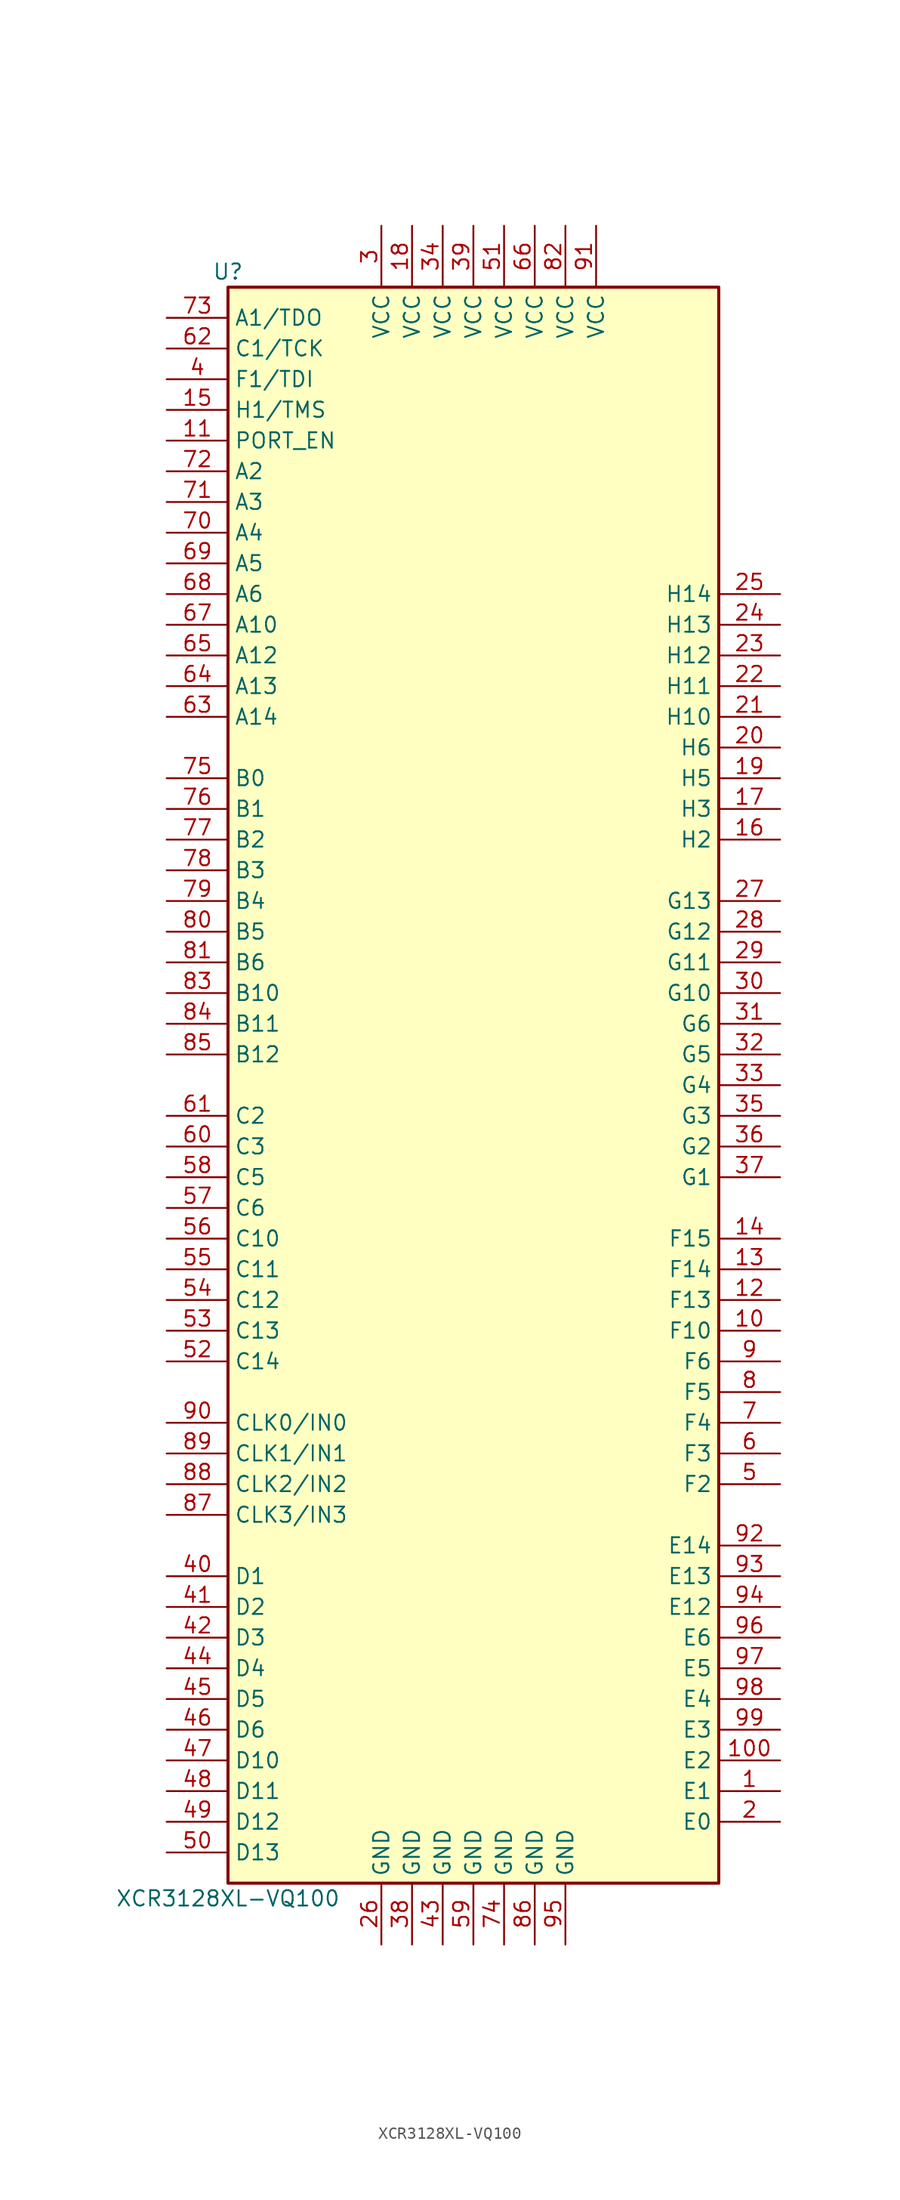
<source format=kicad_sym>
(kicad_symbol_lib
  (version 20241209)
  (generator "kicad_symbol_editor")
  (generator_version "9.0")
  (symbol "XCR3128XL-VQ100"
    (property "Reference" "U"
      (at -20.32 67.31 0)
      (effects (font (size 1.27 1.27))))
    (property "Value" "XCR3128XL-VQ100"
      (at -20.32 -67.31 0)
      (effects (font (size 1.27 1.27))))
    (symbol "XCR3128XL-VQ100_1_1"
      (rectangle (start -20.32 66.04) (end 20.32 -66.04) (stroke (width 0.254) (type default)) (fill (type background)))
      (pin passive line (at -25.4 63.5 0) (length 5.08) (name "A1/TDO" (effects (font (size 1.27 1.27)))) (number "73" (effects (font (size 1.27 1.27)))))
      (pin passive line (at -25.4 60.96 0) (length 5.08) (name "C1/TCK" (effects (font (size 1.27 1.27)))) (number "62" (effects (font (size 1.27 1.27)))))
      (pin passive line (at -25.4 58.42 0) (length 5.08) (name "F1/TDI" (effects (font (size 1.27 1.27)))) (number "4" (effects (font (size 1.27 1.27)))))
      (pin passive line (at -25.4 55.88 0) (length 5.08) (name "H1/TMS" (effects (font (size 1.27 1.27)))) (number "15" (effects (font (size 1.27 1.27)))))
      (pin passive line (at -25.4 53.34 0) (length 5.08) (name "PORT_EN" (effects (font (size 1.27 1.27)))) (number "11" (effects (font (size 1.27 1.27)))))
      (pin passive line (at -25.4 50.8 0) (length 5.08) (name "A2" (effects (font (size 1.27 1.27)))) (number "72" (effects (font (size 1.27 1.27)))))
      (pin passive line (at -25.4 48.26 0) (length 5.08) (name "A3" (effects (font (size 1.27 1.27)))) (number "71" (effects (font (size 1.27 1.27)))))
      (pin passive line (at -25.4 45.72 0) (length 5.08) (name "A4" (effects (font (size 1.27 1.27)))) (number "70" (effects (font (size 1.27 1.27)))))
      (pin passive line (at -25.4 43.18 0) (length 5.08) (name "A5" (effects (font (size 1.27 1.27)))) (number "69" (effects (font (size 1.27 1.27)))))
      (pin passive line (at -25.4 40.64 0) (length 5.08) (name "A6" (effects (font (size 1.27 1.27)))) (number "68" (effects (font (size 1.27 1.27)))))
      (pin passive line (at -25.4 38.1 0) (length 5.08) (name "A10" (effects (font (size 1.27 1.27)))) (number "67" (effects (font (size 1.27 1.27)))))
      (pin passive line (at -25.4 35.56 0) (length 5.08) (name "A12" (effects (font (size 1.27 1.27)))) (number "65" (effects (font (size 1.27 1.27)))))
      (pin passive line (at -25.4 33.02 0) (length 5.08) (name "A13" (effects (font (size 1.27 1.27)))) (number "64" (effects (font (size 1.27 1.27)))))
      (pin passive line (at -25.4 30.48 0) (length 5.08) (name "A14" (effects (font (size 1.27 1.27)))) (number "63" (effects (font (size 1.27 1.27)))))
      (pin passive line (at -25.4 25.4 0) (length 5.08) (name "B0" (effects (font (size 1.27 1.27)))) (number "75" (effects (font (size 1.27 1.27)))))
      (pin passive line (at -25.4 22.86 0) (length 5.08) (name "B1" (effects (font (size 1.27 1.27)))) (number "76" (effects (font (size 1.27 1.27)))))
      (pin passive line (at -25.4 20.32 0) (length 5.08) (name "B2" (effects (font (size 1.27 1.27)))) (number "77" (effects (font (size 1.27 1.27)))))
      (pin passive line (at -25.4 17.78 0) (length 5.08) (name "B3" (effects (font (size 1.27 1.27)))) (number "78" (effects (font (size 1.27 1.27)))))
      (pin passive line (at -25.4 15.24 0) (length 5.08) (name "B4" (effects (font (size 1.27 1.27)))) (number "79" (effects (font (size 1.27 1.27)))))
      (pin passive line (at -25.4 12.7 0) (length 5.08) (name "B5" (effects (font (size 1.27 1.27)))) (number "80" (effects (font (size 1.27 1.27)))))
      (pin passive line (at -25.4 10.16 0) (length 5.08) (name "B6" (effects (font (size 1.27 1.27)))) (number "81" (effects (font (size 1.27 1.27)))))
      (pin passive line (at -25.4 7.62 0) (length 5.08) (name "B10" (effects (font (size 1.27 1.27)))) (number "83" (effects (font (size 1.27 1.27)))))
      (pin passive line (at -25.4 5.08 0) (length 5.08) (name "B11" (effects (font (size 1.27 1.27)))) (number "84" (effects (font (size 1.27 1.27)))))
      (pin passive line (at -25.4 2.54 0) (length 5.08) (name "B12" (effects (font (size 1.27 1.27)))) (number "85" (effects (font (size 1.27 1.27)))))
      (pin passive line (at -25.4 -2.54 0) (length 5.08) (name "C2" (effects (font (size 1.27 1.27)))) (number "61" (effects (font (size 1.27 1.27)))))
      (pin passive line (at -25.4 -5.08 0) (length 5.08) (name "C3" (effects (font (size 1.27 1.27)))) (number "60" (effects (font (size 1.27 1.27)))))
      (pin passive line (at -25.4 -7.62 0) (length 5.08) (name "C5" (effects (font (size 1.27 1.27)))) (number "58" (effects (font (size 1.27 1.27)))))
      (pin passive line (at -25.4 -10.16 0) (length 5.08) (name "C6" (effects (font (size 1.27 1.27)))) (number "57" (effects (font (size 1.27 1.27)))))
      (pin passive line (at -25.4 -12.7 0) (length 5.08) (name "C10" (effects (font (size 1.27 1.27)))) (number "56" (effects (font (size 1.27 1.27)))))
      (pin passive line (at -25.4 -15.24 0) (length 5.08) (name "C11" (effects (font (size 1.27 1.27)))) (number "55" (effects (font (size 1.27 1.27)))))
      (pin passive line (at -25.4 -17.78 0) (length 5.08) (name "C12" (effects (font (size 1.27 1.27)))) (number "54" (effects (font (size 1.27 1.27)))))
      (pin passive line (at -25.4 -20.32 0) (length 5.08) (name "C13" (effects (font (size 1.27 1.27)))) (number "53" (effects (font (size 1.27 1.27)))))
      (pin passive line (at -25.4 -22.86 0) (length 5.08) (name "C14" (effects (font (size 1.27 1.27)))) (number "52" (effects (font (size 1.27 1.27)))))
      (pin input line (at -25.4 -27.94 0) (length 5.08) (name "CLK0/IN0" (effects (font (size 1.27 1.27)))) (number "90" (effects (font (size 1.27 1.27)))))
      (pin input line (at -25.4 -30.48 0) (length 5.08) (name "CLK1/IN1" (effects (font (size 1.27 1.27)))) (number "89" (effects (font (size 1.27 1.27)))))
      (pin input line (at -25.4 -33.02 0) (length 5.08) (name "CLK2/IN2" (effects (font (size 1.27 1.27)))) (number "88" (effects (font (size 1.27 1.27)))))
      (pin input line (at -25.4 -35.56 0) (length 5.08) (name "CLK3/IN3" (effects (font (size 1.27 1.27)))) (number "87" (effects (font (size 1.27 1.27)))))
      (pin passive line (at -25.4 -40.64 0) (length 5.08) (name "D1" (effects (font (size 1.27 1.27)))) (number "40" (effects (font (size 1.27 1.27)))))
      (pin passive line (at -25.4 -43.18 0) (length 5.08) (name "D2" (effects (font (size 1.27 1.27)))) (number "41" (effects (font (size 1.27 1.27)))))
      (pin passive line (at -25.4 -45.72 0) (length 5.08) (name "D3" (effects (font (size 1.27 1.27)))) (number "42" (effects (font (size 1.27 1.27)))))
      (pin passive line (at -25.4 -48.26 0) (length 5.08) (name "D4" (effects (font (size 1.27 1.27)))) (number "44" (effects (font (size 1.27 1.27)))))
      (pin passive line (at -25.4 -50.8 0) (length 5.08) (name "D5" (effects (font (size 1.27 1.27)))) (number "45" (effects (font (size 1.27 1.27)))))
      (pin passive line (at -25.4 -53.34 0) (length 5.08) (name "D6" (effects (font (size 1.27 1.27)))) (number "46" (effects (font (size 1.27 1.27)))))
      (pin passive line (at -25.4 -55.88 0) (length 5.08) (name "D10" (effects (font (size 1.27 1.27)))) (number "47" (effects (font (size 1.27 1.27)))))
      (pin passive line (at -25.4 -58.42 0) (length 5.08) (name "D11" (effects (font (size 1.27 1.27)))) (number "48" (effects (font (size 1.27 1.27)))))
      (pin passive line (at -25.4 -60.96 0) (length 5.08) (name "D12" (effects (font (size 1.27 1.27)))) (number "49" (effects (font (size 1.27 1.27)))))
      (pin passive line (at -25.4 -63.5 0) (length 5.08) (name "D13" (effects (font (size 1.27 1.27)))) (number "50" (effects (font (size 1.27 1.27)))))
      (pin power_in line (at -7.62 71.12 270) (length 5.08) (name "VCC" (effects (font (size 1.27 1.27)))) (number "3" (effects (font (size 1.27 1.27)))))
      (pin power_in line (at -7.62 -71.12 90) (length 5.08) (name "GND" (effects (font (size 1.27 1.27)))) (number "26" (effects (font (size 1.27 1.27)))))
      (pin power_in line (at -5.08 71.12 270) (length 5.08) (name "VCC" (effects (font (size 1.27 1.27)))) (number "18" (effects (font (size 1.27 1.27)))))
      (pin power_in line (at -5.08 -71.12 90) (length 5.08) (name "GND" (effects (font (size 1.27 1.27)))) (number "38" (effects (font (size 1.27 1.27)))))
      (pin power_in line (at -2.54 71.12 270) (length 5.08) (name "VCC" (effects (font (size 1.27 1.27)))) (number "34" (effects (font (size 1.27 1.27)))))
      (pin power_in line (at -2.54 -71.12 90) (length 5.08) (name "GND" (effects (font (size 1.27 1.27)))) (number "43" (effects (font (size 1.27 1.27)))))
      (pin power_in line (at 0 71.12 270) (length 5.08) (name "VCC" (effects (font (size 1.27 1.27)))) (number "39" (effects (font (size 1.27 1.27)))))
      (pin power_in line (at 0 -71.12 90) (length 5.08) (name "GND" (effects (font (size 1.27 1.27)))) (number "59" (effects (font (size 1.27 1.27)))))
      (pin power_in line (at 2.54 71.12 270) (length 5.08) (name "VCC" (effects (font (size 1.27 1.27)))) (number "51" (effects (font (size 1.27 1.27)))))
      (pin power_in line (at 2.54 -71.12 90) (length 5.08) (name "GND" (effects (font (size 1.27 1.27)))) (number "74" (effects (font (size 1.27 1.27)))))
      (pin power_in line (at 5.08 71.12 270) (length 5.08) (name "VCC" (effects (font (size 1.27 1.27)))) (number "66" (effects (font (size 1.27 1.27)))))
      (pin power_in line (at 5.08 -71.12 90) (length 5.08) (name "GND" (effects (font (size 1.27 1.27)))) (number "86" (effects (font (size 1.27 1.27)))))
      (pin power_in line (at 7.62 71.12 270) (length 5.08) (name "VCC" (effects (font (size 1.27 1.27)))) (number "82" (effects (font (size 1.27 1.27)))))
      (pin power_in line (at 7.62 -71.12 90) (length 5.08) (name "GND" (effects (font (size 1.27 1.27)))) (number "95" (effects (font (size 1.27 1.27)))))
      (pin power_in line (at 10.16 71.12 270) (length 5.08) (name "VCC" (effects (font (size 1.27 1.27)))) (number "91" (effects (font (size 1.27 1.27)))))
      (pin passive line (at 25.4 40.64 180) (length 5.08) (name "H14" (effects (font (size 1.27 1.27)))) (number "25" (effects (font (size 1.27 1.27)))))
      (pin passive line (at 25.4 38.1 180) (length 5.08) (name "H13" (effects (font (size 1.27 1.27)))) (number "24" (effects (font (size 1.27 1.27)))))
      (pin passive line (at 25.4 35.56 180) (length 5.08) (name "H12" (effects (font (size 1.27 1.27)))) (number "23" (effects (font (size 1.27 1.27)))))
      (pin passive line (at 25.4 33.02 180) (length 5.08) (name "H11" (effects (font (size 1.27 1.27)))) (number "22" (effects (font (size 1.27 1.27)))))
      (pin passive line (at 25.4 30.48 180) (length 5.08) (name "H10" (effects (font (size 1.27 1.27)))) (number "21" (effects (font (size 1.27 1.27)))))
      (pin passive line (at 25.4 27.94 180) (length 5.08) (name "H6" (effects (font (size 1.27 1.27)))) (number "20" (effects (font (size 1.27 1.27)))))
      (pin passive line (at 25.4 25.4 180) (length 5.08) (name "H5" (effects (font (size 1.27 1.27)))) (number "19" (effects (font (size 1.27 1.27)))))
      (pin passive line (at 25.4 22.86 180) (length 5.08) (name "H3" (effects (font (size 1.27 1.27)))) (number "17" (effects (font (size 1.27 1.27)))))
      (pin passive line (at 25.4 20.32 180) (length 5.08) (name "H2" (effects (font (size 1.27 1.27)))) (number "16" (effects (font (size 1.27 1.27)))))
      (pin passive line (at 25.4 15.24 180) (length 5.08) (name "G13" (effects (font (size 1.27 1.27)))) (number "27" (effects (font (size 1.27 1.27)))))
      (pin passive line (at 25.4 12.7 180) (length 5.08) (name "G12" (effects (font (size 1.27 1.27)))) (number "28" (effects (font (size 1.27 1.27)))))
      (pin passive line (at 25.4 10.16 180) (length 5.08) (name "G11" (effects (font (size 1.27 1.27)))) (number "29" (effects (font (size 1.27 1.27)))))
      (pin passive line (at 25.4 7.62 180) (length 5.08) (name "G10" (effects (font (size 1.27 1.27)))) (number "30" (effects (font (size 1.27 1.27)))))
      (pin passive line (at 25.4 5.08 180) (length 5.08) (name "G6" (effects (font (size 1.27 1.27)))) (number "31" (effects (font (size 1.27 1.27)))))
      (pin passive line (at 25.4 2.54 180) (length 5.08) (name "G5" (effects (font (size 1.27 1.27)))) (number "32" (effects (font (size 1.27 1.27)))))
      (pin passive line (at 25.4 0 180) (length 5.08) (name "G4" (effects (font (size 1.27 1.27)))) (number "33" (effects (font (size 1.27 1.27)))))
      (pin passive line (at 25.4 -2.54 180) (length 5.08) (name "G3" (effects (font (size 1.27 1.27)))) (number "35" (effects (font (size 1.27 1.27)))))
      (pin passive line (at 25.4 -5.08 180) (length 5.08) (name "G2" (effects (font (size 1.27 1.27)))) (number "36" (effects (font (size 1.27 1.27)))))
      (pin passive line (at 25.4 -7.62 180) (length 5.08) (name "G1" (effects (font (size 1.27 1.27)))) (number "37" (effects (font (size 1.27 1.27)))))
      (pin passive line (at 25.4 -12.7 180) (length 5.08) (name "F15" (effects (font (size 1.27 1.27)))) (number "14" (effects (font (size 1.27 1.27)))))
      (pin passive line (at 25.4 -15.24 180) (length 5.08) (name "F14" (effects (font (size 1.27 1.27)))) (number "13" (effects (font (size 1.27 1.27)))))
      (pin passive line (at 25.4 -17.78 180) (length 5.08) (name "F13" (effects (font (size 1.27 1.27)))) (number "12" (effects (font (size 1.27 1.27)))))
      (pin passive line (at 25.4 -20.32 180) (length 5.08) (name "F10" (effects (font (size 1.27 1.27)))) (number "10" (effects (font (size 1.27 1.27)))))
      (pin passive line (at 25.4 -22.86 180) (length 5.08) (name "F6" (effects (font (size 1.27 1.27)))) (number "9" (effects (font (size 1.27 1.27)))))
      (pin passive line (at 25.4 -25.4 180) (length 5.08) (name "F5" (effects (font (size 1.27 1.27)))) (number "8" (effects (font (size 1.27 1.27)))))
      (pin passive line (at 25.4 -27.94 180) (length 5.08) (name "F4" (effects (font (size 1.27 1.27)))) (number "7" (effects (font (size 1.27 1.27)))))
      (pin passive line (at 25.4 -30.48 180) (length 5.08) (name "F3" (effects (font (size 1.27 1.27)))) (number "6" (effects (font (size 1.27 1.27)))))
      (pin passive line (at 25.4 -33.02 180) (length 5.08) (name "F2" (effects (font (size 1.27 1.27)))) (number "5" (effects (font (size 1.27 1.27)))))
      (pin passive line (at 25.4 -38.1 180) (length 5.08) (name "E14" (effects (font (size 1.27 1.27)))) (number "92" (effects (font (size 1.27 1.27)))))
      (pin passive line (at 25.4 -40.64 180) (length 5.08) (name "E13" (effects (font (size 1.27 1.27)))) (number "93" (effects (font (size 1.27 1.27)))))
      (pin passive line (at 25.4 -43.18 180) (length 5.08) (name "E12" (effects (font (size 1.27 1.27)))) (number "94" (effects (font (size 1.27 1.27)))))
      (pin passive line (at 25.4 -45.72 180) (length 5.08) (name "E6" (effects (font (size 1.27 1.27)))) (number "96" (effects (font (size 1.27 1.27)))))
      (pin passive line (at 25.4 -48.26 180) (length 5.08) (name "E5" (effects (font (size 1.27 1.27)))) (number "97" (effects (font (size 1.27 1.27)))))
      (pin passive line (at 25.4 -50.8 180) (length 5.08) (name "E4" (effects (font (size 1.27 1.27)))) (number "98" (effects (font (size 1.27 1.27)))))
      (pin passive line (at 25.4 -53.34 180) (length 5.08) (name "E3" (effects (font (size 1.27 1.27)))) (number "99" (effects (font (size 1.27 1.27)))))
      (pin passive line (at 25.4 -55.88 180) (length 5.08) (name "E2" (effects (font (size 1.27 1.27)))) (number "100" (effects (font (size 1.27 1.27)))))
      (pin passive line (at 25.4 -58.42 180) (length 5.08) (name "E1" (effects (font (size 1.27 1.27)))) (number "1" (effects (font (size 1.27 1.27)))))
      (pin passive line (at 25.4 -60.96 180) (length 5.08) (name "E0" (effects (font (size 1.27 1.27)))) (number "2" (effects (font (size 1.27 1.27))))))))
</source>
